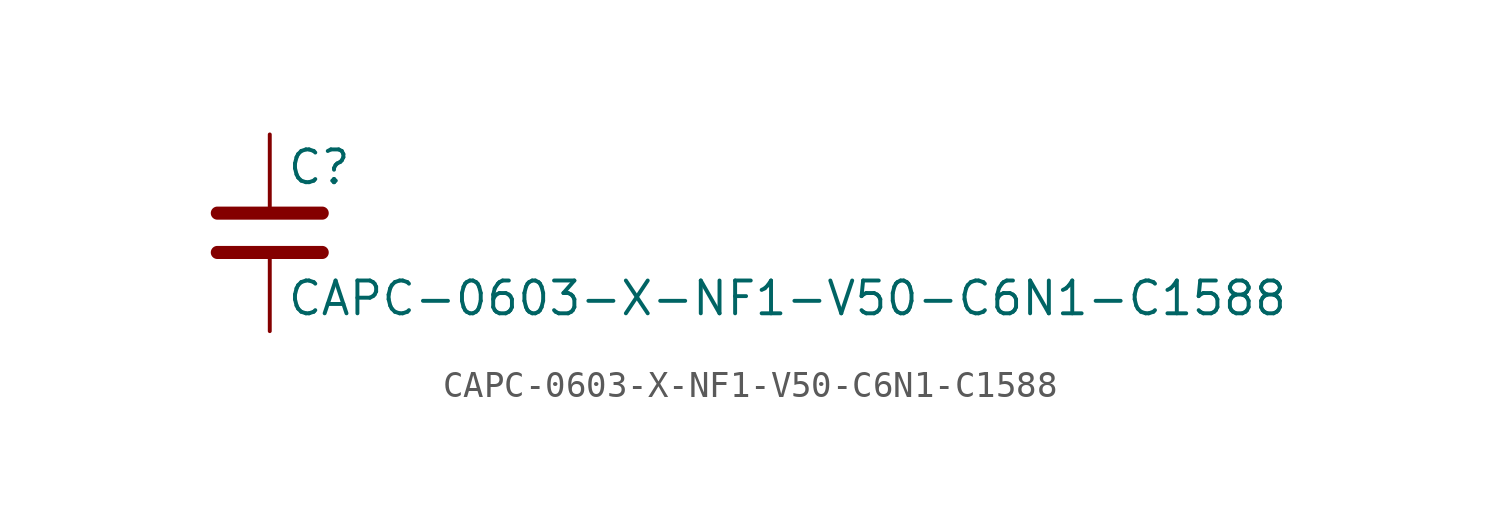
<source format=kicad_sym>
(kicad_symbol_lib
  (version 20211014)
  (generator kicad_symbol_editor)
  (symbol "CAPC-0603-X-NF1-V50-C6N1-C1588"
    (pin_numbers hide)
    (pin_names
      (offset 0.254))
    (property "Reference" "C"
      (at 0.635 2.54 0)
      (effects (font (size 1.27 1.27)) (justify left)))
    (property "Value" "CAPC-0603-X-NF1-V50-C6N1-C1588"
      (at 0.635 -2.54 0)
      (effects (font (size 1.27 1.27)) (justify left)))
    (symbol "CAPC-0603-X-NF1-V50-C6N1-C1588_0_1"
      (polyline (pts (xy -2.032 -0.762) (xy 2.032 -0.762)) (stroke (width 0.508) (type default) (color 0 0 0 0)) (fill (type none)))
      (polyline (pts (xy -2.032 0.762) (xy 2.032 0.762)) (stroke (width 0.508) (type default) (color 0 0 0 0)) (fill (type none))))
    (symbol "CAPC-0603-X-NF1-V50-C6N1-C1588_1_1"
      (pin passive line (at 0 3.81 270) (length 2.794) (name "~" (effects (font (size 1.27 1.27)))) (number "1" (effects (font (size 1.27 1.27)))))
      (pin passive line (at 0 -3.81 90) (length 2.794) (name "~" (effects (font (size 1.27 1.27)))) (number "2" (effects (font (size 1.27 1.27))))))))
</source>
